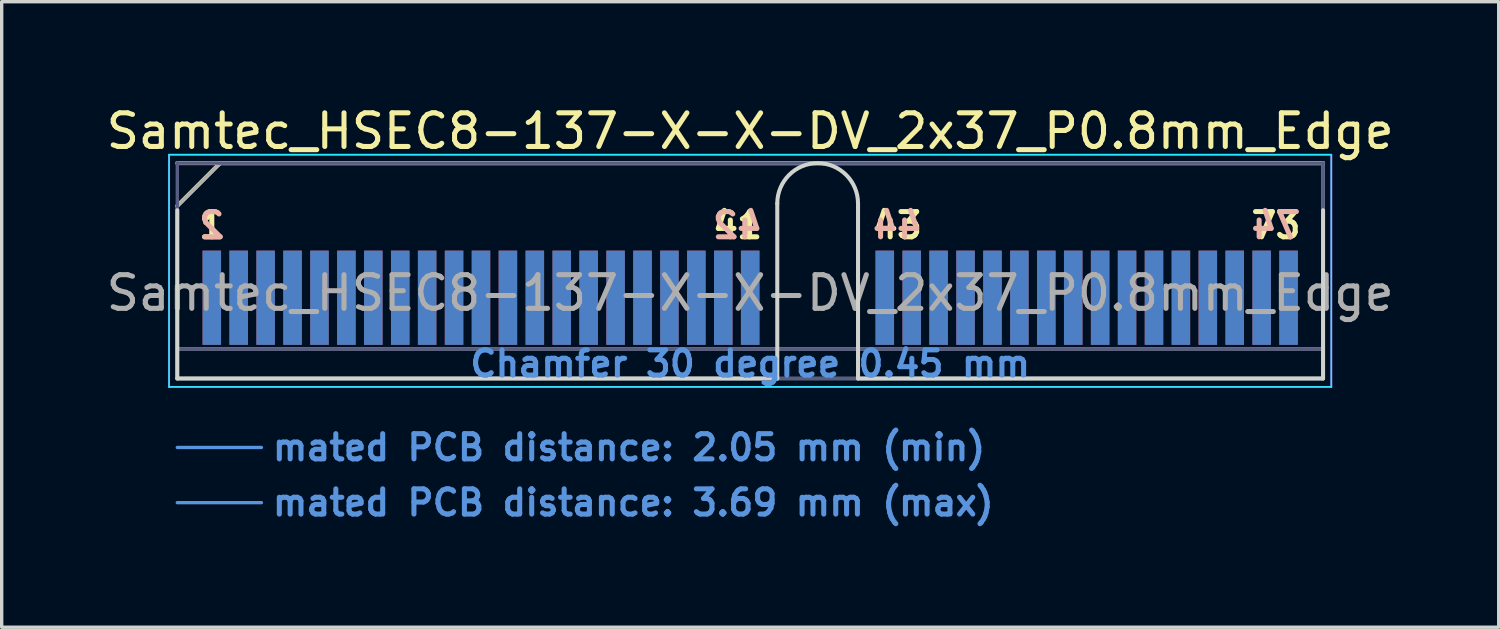
<source format=kicad_pcb>
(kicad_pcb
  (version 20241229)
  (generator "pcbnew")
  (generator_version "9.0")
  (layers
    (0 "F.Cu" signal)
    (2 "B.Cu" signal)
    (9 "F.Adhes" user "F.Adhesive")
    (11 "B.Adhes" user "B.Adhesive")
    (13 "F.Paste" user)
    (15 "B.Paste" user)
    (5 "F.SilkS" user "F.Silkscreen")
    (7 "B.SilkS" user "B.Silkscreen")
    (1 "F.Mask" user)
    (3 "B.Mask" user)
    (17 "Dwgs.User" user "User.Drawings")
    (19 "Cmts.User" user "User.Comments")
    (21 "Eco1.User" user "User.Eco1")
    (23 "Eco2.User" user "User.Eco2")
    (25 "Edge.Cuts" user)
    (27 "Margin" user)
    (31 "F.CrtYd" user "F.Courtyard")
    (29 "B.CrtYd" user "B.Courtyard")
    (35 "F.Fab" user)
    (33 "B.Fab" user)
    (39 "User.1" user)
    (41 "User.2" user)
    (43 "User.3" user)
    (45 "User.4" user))
  (footprint "Samtec_HSEC8-137-X-X-DV_2x37_P0.8mm_Edge"
    (layer "F.Cu")
    (at 19.244 8.198)
    (property "Reference" "Samtec_HSEC8-137-X-X-DV_2x37_P0.8mm_Edge" (at 0 -7.35 0) (layer "F.SilkS") (effects (font (size 1 1) (thickness 0.15))))
    (attr exclude_from_pos_files exclude_from_bom)
    (fp_line (start -17.025 -5.13) (end -15.755 -6.4) (stroke (width 0.12) (type solid)) (layer "F.SilkS"))
    (fp_line (start -15.755 -6.4) (end 17.025 -6.4) (stroke (width 0.12) (type solid)) (layer "F.SilkS"))
    (fp_line (start -17.025 -6.4) (end -17.025 -6.4) (stroke (width 0.12) (type solid)) (layer "B.SilkS"))
    (fp_line (start -17.025 -6.4) (end 17.025 -6.4) (stroke (width 0.12) (type solid)) (layer "B.SilkS"))
    (fp_line (start -17.025 2.05) (end -14.525 2.05) (stroke (width 0.1) (type solid)) (layer "Cmts.User"))
    (fp_line (start -17.025 3.69) (end -14.525 3.69) (stroke (width 0.1) (type solid)) (layer "Cmts.User"))
    (fp_line (start -17.025 -5) (end -17.025 0) (stroke (width 0.12) (type solid)) (layer "Edge.Cuts"))
    (fp_line (start -17.025 0) (end 0.805 0) (stroke (width 0.12) (type solid)) (layer "Edge.Cuts"))
    (fp_line (start 0.805 0) (end 0.805 -5.2) (stroke (width 0.12) (type solid)) (layer "Edge.Cuts"))
    (fp_line (start 3.205 -5.2) (end 3.205 0) (stroke (width 0.12) (type solid)) (layer "Edge.Cuts"))
    (fp_line (start 3.205 0) (end 17.025 0) (stroke (width 0.12) (type solid)) (layer "Edge.Cuts"))
    (fp_line (start 17.025 0) (end 17.025 -5) (stroke (width 0.12) (type solid)) (layer "Edge.Cuts"))
    (fp_arc (start 0.805 -5.2) (mid 2.005 -6.4) (end 3.205 -5.2) (stroke (width 0.12) (type solid)) (layer "Edge.Cuts"))
    (fp_line (start -17.27 -6.65) (end -17.27 0.25) (stroke (width 0.05) (type solid)) (layer "B.CrtYd"))
    (fp_line (start -17.27 0.25) (end 17.27 0.25) (stroke (width 0.05) (type solid)) (layer "B.CrtYd"))
    (fp_line (start 17.27 -6.65) (end -17.27 -6.65) (stroke (width 0.05) (type solid)) (layer "B.CrtYd"))
    (fp_line (start 17.27 0.25) (end 17.27 -6.65) (stroke (width 0.05) (type solid)) (layer "B.CrtYd"))
    (fp_line (start -17.27 -6.65) (end -17.27 0.25) (stroke (width 0.05) (type solid)) (layer "F.CrtYd"))
    (fp_line (start -17.27 0.25) (end 17.27 0.25) (stroke (width 0.05) (type solid)) (layer "F.CrtYd"))
    (fp_line (start 17.27 -6.65) (end -17.27 -6.65) (stroke (width 0.05) (type solid)) (layer "F.CrtYd"))
    (fp_line (start 17.27 0.25) (end 17.27 -6.65) (stroke (width 0.05) (type solid)) (layer "F.CrtYd"))
    (fp_line (start -17.025 -6.4) (end -17.025 -6.4) (stroke (width 0.1) (type solid)) (layer "B.Fab"))
    (fp_line (start -17.025 -6.4) (end -17.025 0) (stroke (width 0.1) (type solid)) (layer "B.Fab"))
    (fp_line (start -17.025 -6.4) (end 17.025 -6.4) (stroke (width 0.1) (type solid)) (layer "B.Fab"))
    (fp_line (start -17.025 -0.88) (end 17.025 -0.88) (stroke (width 0.1) (type solid)) (layer "B.Fab"))
    (fp_line (start -17.025 0) (end 17.025 0) (stroke (width 0.1) (type solid)) (layer "B.Fab"))
    (fp_line (start 17.025 -6.4) (end 17.025 0) (stroke (width 0.1) (type solid)) (layer "B.Fab"))
    (fp_line (start -17.025 -5.13) (end -17.025 0) (stroke (width 0.1) (type solid)) (layer "F.Fab"))
    (fp_line (start -17.025 -5.13) (end -15.755 -6.4) (stroke (width 0.1) (type solid)) (layer "F.Fab"))
    (fp_line (start -17.025 -0.88) (end 17.025 -0.88) (stroke (width 0.1) (type solid)) (layer "F.Fab"))
    (fp_line (start -17.025 0) (end 17.025 0) (stroke (width 0.1) (type solid)) (layer "F.Fab"))
    (fp_line (start -15.755 -6.4) (end 17.025 -6.4) (stroke (width 0.1) (type solid)) (layer "F.Fab"))
    (fp_line (start 17.025 -6.4) (end 17.025 0) (stroke (width 0.1) (type solid)) (layer "F.Fab"))
    (fp_text user "1" (at -16 -4.55 0) (layer "F.SilkS") (effects (font (size 0.75 0.75) (thickness 0.15))))
    (fp_text user "73" (at 15.625 -4.55 0) (layer "F.SilkS") (effects (font (size 0.75 0.75) (thickness 0.15))))
    (fp_text user "41" (at -0.375 -4.55 0) (layer "F.SilkS") (effects (font (size 0.75 0.75) (thickness 0.15))))
    (fp_text user "43" (at 4.375 -4.55 0) (layer "F.SilkS") (effects (font (size 0.75 0.75) (thickness 0.15))))
    (fp_text user "42" (at -0.375 -4.55 0) (layer "B.SilkS") (effects (font (size 0.75 0.75) (thickness 0.15)) (justify mirror)))
    (fp_text user "2" (at -16 -4.55 0) (layer "B.SilkS") (effects (font (size 0.75 0.75) (thickness 0.15)) (justify mirror)))
    (fp_text user "74" (at 15.625 -4.55 0) (layer "B.SilkS") (effects (font (size 0.75 0.75) (thickness 0.15)) (justify mirror)))
    (fp_text user "44" (at 4.375 -4.55 0) (layer "B.SilkS") (effects (font (size 0.75 0.75) (thickness 0.15)) (justify mirror)))
    (fp_text user "mated PCB distance: 3.69 mm (max)" (at -14.27 3.69 0) (layer "Cmts.User") (effects (font (size 0.75 0.75) (thickness 0.15)) (justify left)))
    (fp_text user "Chamfer 30 degree 0.45 mm" (at 0 -0.44 0) (layer "Cmts.User") (effects (font (size 0.75 0.75) (thickness 0.15))))
    (fp_text user "mated PCB distance: 2.05 mm (min)" (at -14.27 2.05 0) (layer "Cmts.User") (effects (font (size 0.75 0.75) (thickness 0.15)) (justify left)))
    (fp_text user "${REFERENCE}" (at 0 -2.54 0) (layer "F.Fab") (effects (font (size 1 1) (thickness 0.15))))
    (pad "1" connect rect (at -16 -2.4) (size 0.55 2.8) (layers "F.Cu" "F.Mask"))
    (pad "2" connect rect (at -16 -2.4) (size 0.55 2.8) (layers "B.Cu" "B.Mask"))
    (pad "3" connect rect (at -15.2 -2.4) (size 0.55 2.8) (layers "F.Cu" "F.Mask"))
    (pad "4" connect rect (at -15.2 -2.4) (size 0.55 2.8) (layers "B.Cu" "B.Mask"))
    (pad "5" connect rect (at -14.4 -2.4) (size 0.55 2.8) (layers "F.Cu" "F.Mask"))
    (pad "6" connect rect (at -14.4 -2.4) (size 0.55 2.8) (layers "B.Cu" "B.Mask"))
    (pad "7" connect rect (at -13.6 -2.4) (size 0.55 2.8) (layers "F.Cu" "F.Mask"))
    (pad "8" connect rect (at -13.6 -2.4) (size 0.55 2.8) (layers "B.Cu" "B.Mask"))
    (pad "9" connect rect (at -12.8 -2.4) (size 0.55 2.8) (layers "F.Cu" "F.Mask"))
    (pad "10" connect rect (at -12.8 -2.4) (size 0.55 2.8) (layers "B.Cu" "B.Mask"))
    (pad "11" connect rect (at -12 -2.4) (size 0.55 2.8) (layers "F.Cu" "F.Mask"))
    (pad "12" connect rect (at -12 -2.4) (size 0.55 2.8) (layers "B.Cu" "B.Mask"))
    (pad "13" connect rect (at -11.2 -2.4) (size 0.55 2.8) (layers "F.Cu" "F.Mask"))
    (pad "14" connect rect (at -11.2 -2.4) (size 0.55 2.8) (layers "B.Cu" "B.Mask"))
    (pad "15" connect rect (at -10.4 -2.4) (size 0.55 2.8) (layers "F.Cu" "F.Mask"))
    (pad "16" connect rect (at -10.4 -2.4) (size 0.55 2.8) (layers "B.Cu" "B.Mask"))
    (pad "17" connect rect (at -9.6 -2.4) (size 0.55 2.8) (layers "F.Cu" "F.Mask"))
    (pad "18" connect rect (at -9.6 -2.4) (size 0.55 2.8) (layers "B.Cu" "B.Mask"))
    (pad "19" connect rect (at -8.8 -2.4) (size 0.55 2.8) (layers "F.Cu" "F.Mask"))
    (pad "20" connect rect (at -8.8 -2.4) (size 0.55 2.8) (layers "B.Cu" "B.Mask"))
    (pad "21" connect rect (at -8 -2.4) (size 0.55 2.8) (layers "F.Cu" "F.Mask"))
    (pad "22" connect rect (at -8 -2.4) (size 0.55 2.8) (layers "B.Cu" "B.Mask"))
    (pad "23" connect rect (at -7.2 -2.4) (size 0.55 2.8) (layers "F.Cu" "F.Mask"))
    (pad "24" connect rect (at -7.2 -2.4) (size 0.55 2.8) (layers "B.Cu" "B.Mask"))
    (pad "25" connect rect (at -6.4 -2.4) (size 0.55 2.8) (layers "F.Cu" "F.Mask"))
    (pad "26" connect rect (at -6.4 -2.4) (size 0.55 2.8) (layers "B.Cu" "B.Mask"))
    (pad "27" connect rect (at -5.6 -2.4) (size 0.55 2.8) (layers "F.Cu" "F.Mask"))
    (pad "28" connect rect (at -5.6 -2.4) (size 0.55 2.8) (layers "B.Cu" "B.Mask"))
    (pad "29" connect rect (at -4.8 -2.4) (size 0.55 2.8) (layers "F.Cu" "F.Mask"))
    (pad "30" connect rect (at -4.8 -2.4) (size 0.55 2.8) (layers "B.Cu" "B.Mask"))
    (pad "31" connect rect (at -4 -2.4) (size 0.55 2.8) (layers "F.Cu" "F.Mask"))
    (pad "32" connect rect (at -4 -2.4) (size 0.55 2.8) (layers "B.Cu" "B.Mask"))
    (pad "33" connect rect (at -3.2 -2.4) (size 0.55 2.8) (layers "F.Cu" "F.Mask"))
    (pad "34" connect rect (at -3.2 -2.4) (size 0.55 2.8) (layers "B.Cu" "B.Mask"))
    (pad "35" connect rect (at -2.4 -2.4) (size 0.55 2.8) (layers "F.Cu" "F.Mask"))
    (pad "36" connect rect (at -2.4 -2.4) (size 0.55 2.8) (layers "B.Cu" "B.Mask"))
    (pad "37" connect rect (at -1.6 -2.4) (size 0.55 2.8) (layers "F.Cu" "F.Mask"))
    (pad "38" connect rect (at -1.6 -2.4) (size 0.55 2.8) (layers "B.Cu" "B.Mask"))
    (pad "39" connect rect (at -0.8 -2.4) (size 0.55 2.8) (layers "F.Cu" "F.Mask"))
    (pad "40" connect rect (at -0.8 -2.4) (size 0.55 2.8) (layers "B.Cu" "B.Mask"))
    (pad "41" connect rect (at 0 -2.4) (size 0.55 2.8) (layers "F.Cu" "F.Mask"))
    (pad "42" connect rect (at 0 -2.4) (size 0.55 2.8) (layers "B.Cu" "B.Mask"))
    (pad "43" connect rect (at 4 -2.4) (size 0.55 2.8) (layers "F.Cu" "F.Mask"))
    (pad "44" connect rect (at 4 -2.4) (size 0.55 2.8) (layers "B.Cu" "B.Mask"))
    (pad "45" connect rect (at 4.8 -2.4) (size 0.55 2.8) (layers "F.Cu" "F.Mask"))
    (pad "46" connect rect (at 4.8 -2.4) (size 0.55 2.8) (layers "B.Cu" "B.Mask"))
    (pad "47" connect rect (at 5.6 -2.4) (size 0.55 2.8) (layers "F.Cu" "F.Mask"))
    (pad "48" connect rect (at 5.6 -2.4) (size 0.55 2.8) (layers "B.Cu" "B.Mask"))
    (pad "49" connect rect (at 6.4 -2.4) (size 0.55 2.8) (layers "F.Cu" "F.Mask"))
    (pad "50" connect rect (at 6.4 -2.4) (size 0.55 2.8) (layers "B.Cu" "B.Mask"))
    (pad "51" connect rect (at 7.2 -2.4) (size 0.55 2.8) (layers "F.Cu" "F.Mask"))
    (pad "52" connect rect (at 7.2 -2.4) (size 0.55 2.8) (layers "B.Cu" "B.Mask"))
    (pad "53" connect rect (at 8 -2.4) (size 0.55 2.8) (layers "F.Cu" "F.Mask"))
    (pad "54" connect rect (at 8 -2.4) (size 0.55 2.8) (layers "B.Cu" "B.Mask"))
    (pad "55" connect rect (at 8.8 -2.4) (size 0.55 2.8) (layers "F.Cu" "F.Mask"))
    (pad "56" connect rect (at 8.8 -2.4) (size 0.55 2.8) (layers "B.Cu" "B.Mask"))
    (pad "57" connect rect (at 9.6 -2.4) (size 0.55 2.8) (layers "F.Cu" "F.Mask"))
    (pad "58" connect rect (at 9.6 -2.4) (size 0.55 2.8) (layers "B.Cu" "B.Mask"))
    (pad "59" connect rect (at 10.4 -2.4) (size 0.55 2.8) (layers "F.Cu" "F.Mask"))
    (pad "60" connect rect (at 10.4 -2.4) (size 0.55 2.8) (layers "B.Cu" "B.Mask"))
    (pad "61" connect rect (at 11.2 -2.4) (size 0.55 2.8) (layers "F.Cu" "F.Mask"))
    (pad "62" connect rect (at 11.2 -2.4) (size 0.55 2.8) (layers "B.Cu" "B.Mask"))
    (pad "63" connect rect (at 12 -2.4) (size 0.55 2.8) (layers "F.Cu" "F.Mask"))
    (pad "64" connect rect (at 12 -2.4) (size 0.55 2.8) (layers "B.Cu" "B.Mask"))
    (pad "65" connect rect (at 12.8 -2.4) (size 0.55 2.8) (layers "F.Cu" "F.Mask"))
    (pad "66" connect rect (at 12.8 -2.4) (size 0.55 2.8) (layers "B.Cu" "B.Mask"))
    (pad "67" connect rect (at 13.6 -2.4) (size 0.55 2.8) (layers "F.Cu" "F.Mask"))
    (pad "68" connect rect (at 13.6 -2.4) (size 0.55 2.8) (layers "B.Cu" "B.Mask"))
    (pad "69" connect rect (at 14.4 -2.4) (size 0.55 2.8) (layers "F.Cu" "F.Mask"))
    (pad "70" connect rect (at 14.4 -2.4) (size 0.55 2.8) (layers "B.Cu" "B.Mask"))
    (pad "71" connect rect (at 15.2 -2.4) (size 0.55 2.8) (layers "F.Cu" "F.Mask"))
    (pad "72" connect rect (at 15.2 -2.4) (size 0.55 2.8) (layers "B.Cu" "B.Mask"))
    (pad "73" connect rect (at 16 -2.4) (size 0.55 2.8) (layers "F.Cu" "F.Mask"))
    (pad "74" connect rect (at 16 -2.4) (size 0.55 2.8) (layers "B.Cu" "B.Mask")))
  (gr_rect
    (start -3 -3)
    (end 41.488 15.59)
    (stroke (width 0.1) (type default))
    (fill no)
    (layer "Edge.Cuts")))
</source>
